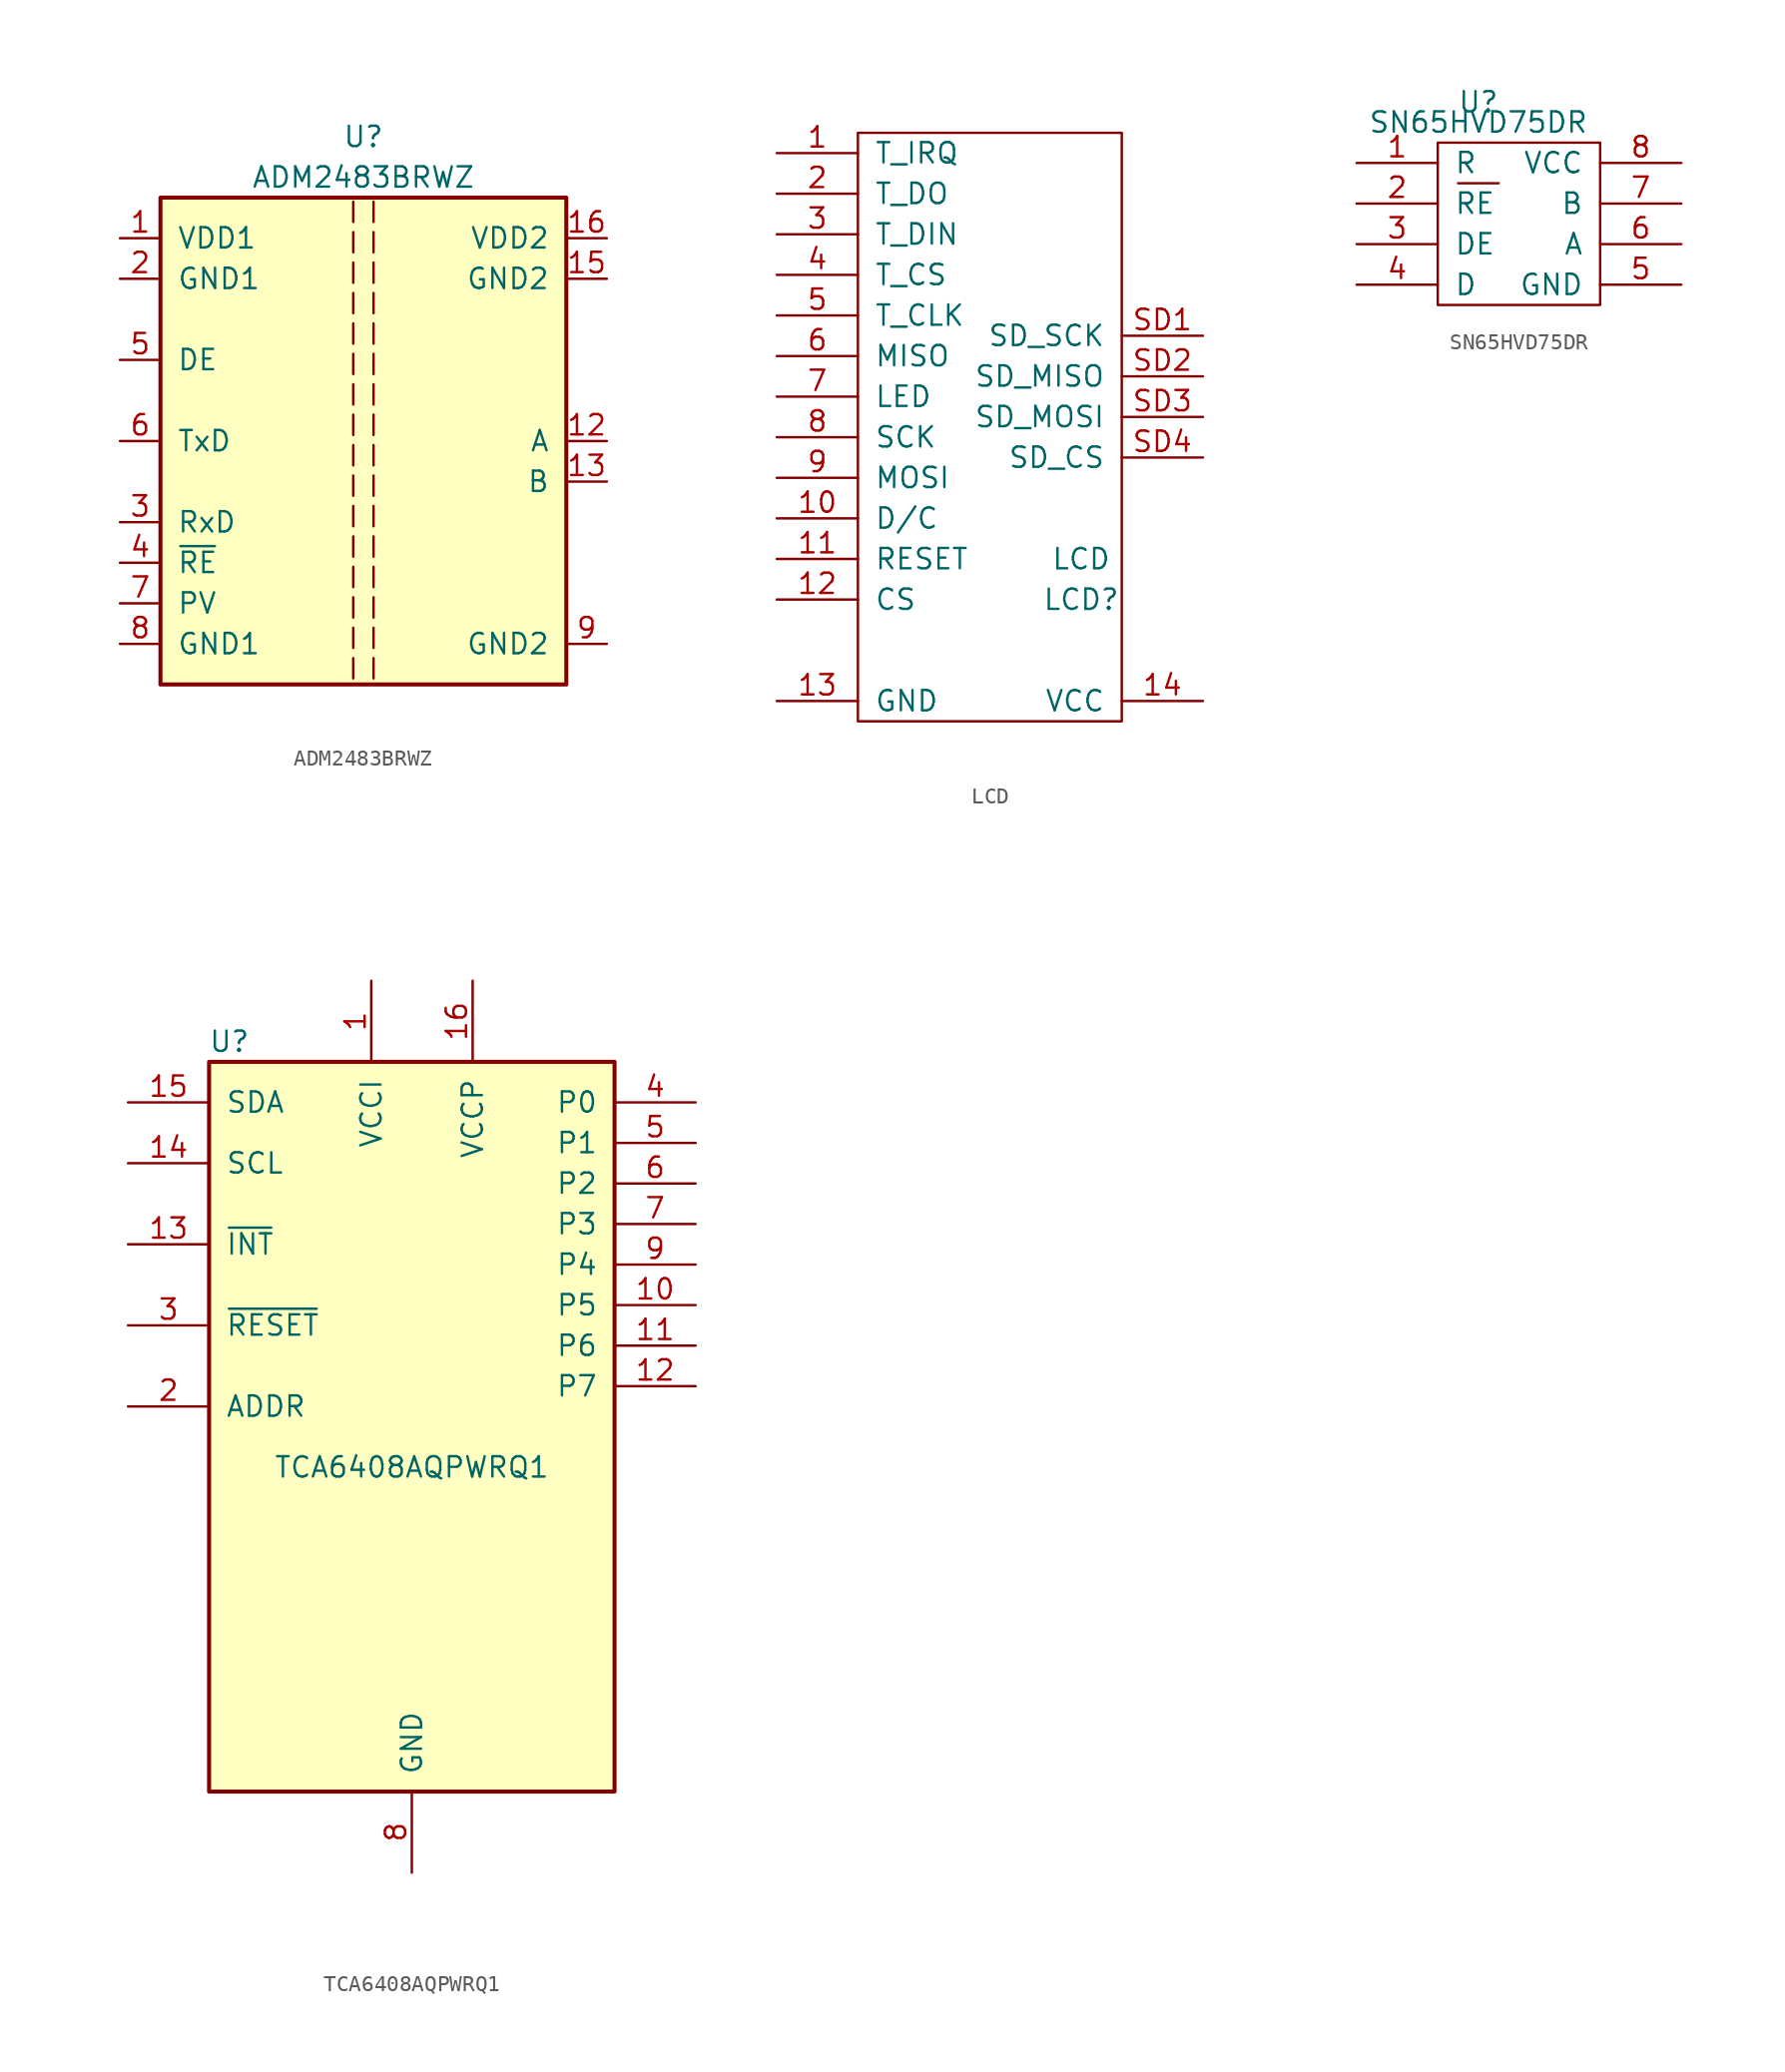
<source format=kicad_sym>
(kicad_symbol_lib
  (version 20211014)
  (generator kicad_symbol_editor)
  (symbol "ADM2483BRWZ"
    (pin_names
      (offset 1.016))
    (property "Reference" "U"
      (at 0 19.05 0)
      (effects (font (size 1.27 1.27))))
    (property "Value" "ADM2483BRWZ"
      (at 0 16.51 0)
      (effects (font (size 1.27 1.27))))
    (symbol "ADM2483BRWZ_0_0"
      (polyline (pts (xy -0.635 -13.589) (xy -0.635 -14.859)) (stroke (width 0) (type default) (color 0 0 0 0)) (fill (type none)))
      (polyline (pts (xy -0.635 -11.684) (xy -0.635 -12.954)) (stroke (width 0) (type default) (color 0 0 0 0)) (fill (type none)))
      (polyline (pts (xy -0.635 -9.779) (xy -0.635 -11.049)) (stroke (width 0) (type default) (color 0 0 0 0)) (fill (type none)))
      (polyline (pts (xy -0.635 -7.874) (xy -0.635 -9.144)) (stroke (width 0) (type default) (color 0 0 0 0)) (fill (type none)))
      (polyline (pts (xy -0.635 -5.969) (xy -0.635 -7.239)) (stroke (width 0) (type default) (color 0 0 0 0)) (fill (type none)))
      (polyline (pts (xy -0.635 -4.064) (xy -0.635 -5.334)) (stroke (width 0) (type default) (color 0 0 0 0)) (fill (type none)))
      (polyline (pts (xy -0.635 -2.159) (xy -0.635 -3.429)) (stroke (width 0) (type default) (color 0 0 0 0)) (fill (type none)))
      (polyline (pts (xy -0.635 -0.254) (xy -0.635 -1.524)) (stroke (width 0) (type default) (color 0 0 0 0)) (fill (type none)))
      (polyline (pts (xy -0.635 1.651) (xy -0.635 0.381)) (stroke (width 0) (type default) (color 0 0 0 0)) (fill (type none)))
      (polyline (pts (xy -0.635 3.556) (xy -0.635 2.286)) (stroke (width 0) (type default) (color 0 0 0 0)) (fill (type none)))
      (polyline (pts (xy -0.635 5.461) (xy -0.635 4.191)) (stroke (width 0) (type default) (color 0 0 0 0)) (fill (type none)))
      (polyline (pts (xy -0.635 7.366) (xy -0.635 6.096)) (stroke (width 0) (type default) (color 0 0 0 0)) (fill (type none)))
      (polyline (pts (xy -0.635 9.271) (xy -0.635 8.001)) (stroke (width 0) (type default) (color 0 0 0 0)) (fill (type none)))
      (polyline (pts (xy -0.635 11.176) (xy -0.635 9.906)) (stroke (width 0) (type default) (color 0 0 0 0)) (fill (type none)))
      (polyline (pts (xy -0.635 13.081) (xy -0.635 11.811)) (stroke (width 0) (type default) (color 0 0 0 0)) (fill (type none)))
      (polyline (pts (xy -0.635 14.986) (xy -0.635 13.716)) (stroke (width 0) (type default) (color 0 0 0 0)) (fill (type none)))
      (polyline (pts (xy 0.635 -13.589) (xy 0.635 -14.859)) (stroke (width 0) (type default) (color 0 0 0 0)) (fill (type none)))
      (polyline (pts (xy 0.635 -11.684) (xy 0.635 -12.954)) (stroke (width 0) (type default) (color 0 0 0 0)) (fill (type none)))
      (polyline (pts (xy 0.635 -9.779) (xy 0.635 -11.049)) (stroke (width 0) (type default) (color 0 0 0 0)) (fill (type none)))
      (polyline (pts (xy 0.635 -7.874) (xy 0.635 -9.144)) (stroke (width 0) (type default) (color 0 0 0 0)) (fill (type none)))
      (polyline (pts (xy 0.635 -5.969) (xy 0.635 -7.239)) (stroke (width 0) (type default) (color 0 0 0 0)) (fill (type none)))
      (polyline (pts (xy 0.635 -4.064) (xy 0.635 -5.334)) (stroke (width 0) (type default) (color 0 0 0 0)) (fill (type none)))
      (polyline (pts (xy 0.635 -2.159) (xy 0.635 -3.429)) (stroke (width 0) (type default) (color 0 0 0 0)) (fill (type none)))
      (polyline (pts (xy 0.635 -0.254) (xy 0.635 -1.524)) (stroke (width 0) (type default) (color 0 0 0 0)) (fill (type none)))
      (polyline (pts (xy 0.635 1.651) (xy 0.635 0.381)) (stroke (width 0) (type default) (color 0 0 0 0)) (fill (type none)))
      (polyline (pts (xy 0.635 3.556) (xy 0.635 2.286)) (stroke (width 0) (type default) (color 0 0 0 0)) (fill (type none)))
      (polyline (pts (xy 0.635 5.461) (xy 0.635 4.191)) (stroke (width 0) (type default) (color 0 0 0 0)) (fill (type none)))
      (polyline (pts (xy 0.635 7.366) (xy 0.635 6.096)) (stroke (width 0) (type default) (color 0 0 0 0)) (fill (type none)))
      (polyline (pts (xy 0.635 9.271) (xy 0.635 8.001)) (stroke (width 0) (type default) (color 0 0 0 0)) (fill (type none)))
      (polyline (pts (xy 0.635 11.176) (xy 0.635 9.906)) (stroke (width 0) (type default) (color 0 0 0 0)) (fill (type none)))
      (polyline (pts (xy 0.635 13.081) (xy 0.635 11.811)) (stroke (width 0) (type default) (color 0 0 0 0)) (fill (type none)))
      (polyline (pts (xy 0.635 14.986) (xy 0.635 13.716)) (stroke (width 0) (type default) (color 0 0 0 0)) (fill (type none))))
    (symbol "ADM2483BRWZ_0_1"
      (rectangle (start -12.7 15.24) (end 12.7 -15.24) (stroke (width 0.254) (type default) (color 0 0 0 0)) (fill (type background))))
    (symbol "ADM2483BRWZ_1_1"
      (pin power_in line (at -15.24 12.7 0) (length 2.54) (name "VDD1" (effects (font (size 1.27 1.27)))) (number "1" (effects (font (size 1.27 1.27)))))
      (pin no_connect line (at 15.24 6.35 180) (length 2.54) hide (name "NC" (effects (font (size 1.27 1.27)))) (number "10" (effects (font (size 1.27 1.27)))))
      (pin no_connect line (at 15.24 3.81 180) (length 2.54) hide (name "NC" (effects (font (size 1.27 1.27)))) (number "11" (effects (font (size 1.27 1.27)))))
      (pin bidirectional line (at 15.24 0 180) (length 2.54) (name "A" (effects (font (size 1.27 1.27)))) (number "12" (effects (font (size 1.27 1.27)))))
      (pin bidirectional line (at 15.24 -2.54 180) (length 2.54) (name "B" (effects (font (size 1.27 1.27)))) (number "13" (effects (font (size 1.27 1.27)))))
      (pin no_connect line (at 15.24 -8.89 180) (length 2.54) hide (name "NC" (effects (font (size 1.27 1.27)))) (number "14" (effects (font (size 1.27 1.27)))))
      (pin power_in line (at 15.24 10.16 180) (length 2.54) (name "GND2" (effects (font (size 1.27 1.27)))) (number "15" (effects (font (size 1.27 1.27)))))
      (pin power_in line (at 15.24 12.7 180) (length 2.54) (name "VDD2" (effects (font (size 1.27 1.27)))) (number "16" (effects (font (size 1.27 1.27)))))
      (pin power_in line (at -15.24 10.16 0) (length 2.54) (name "GND1" (effects (font (size 1.27 1.27)))) (number "2" (effects (font (size 1.27 1.27)))))
      (pin output line (at -15.24 -5.08 0) (length 2.54) (name "RxD" (effects (font (size 1.27 1.27)))) (number "3" (effects (font (size 1.27 1.27)))))
      (pin input line (at -15.24 -7.62 0) (length 2.54) (name "~{RE}" (effects (font (size 1.27 1.27)))) (number "4" (effects (font (size 1.27 1.27)))))
      (pin input line (at -15.24 5.08 0) (length 2.54) (name "DE" (effects (font (size 1.27 1.27)))) (number "5" (effects (font (size 1.27 1.27)))))
      (pin input line (at -15.24 0 0) (length 2.54) (name "TxD" (effects (font (size 1.27 1.27)))) (number "6" (effects (font (size 1.27 1.27)))))
      (pin input line (at -15.24 -10.16 0) (length 2.54) (name "PV" (effects (font (size 1.27 1.27)))) (number "7" (effects (font (size 1.27 1.27)))))
      (pin power_in line (at -15.24 -12.7 0) (length 2.54) (name "GND1" (effects (font (size 1.27 1.27)))) (number "8" (effects (font (size 1.27 1.27)))))
      (pin power_in line (at 15.24 -12.7 180) (length 2.54) (name "GND2" (effects (font (size 1.27 1.27)))) (number "9" (effects (font (size 1.27 1.27)))))))
  (symbol "LCD"
    (pin_names
      (offset 1.016))
    (property "Reference" "LCD"
      (at 19.05 -30.48 0)
      (effects (font (size 1.27 1.27))))
    (property "Value" "LCD"
      (at 19.05 -27.94 0)
      (effects (font (size 1.27 1.27))))
    (symbol "LCD_0_1"
      (rectangle (start 5.08 -1.27) (end 21.59 -38.1) (stroke (width 0) (type default) (color 0 0 0 0)) (fill (type none))))
    (symbol "LCD_1_1"
      (pin output line (at 0 -2.54 0) (length 5.08) (name "T_IRQ" (effects (font (size 1.27 1.27)))) (number "1" (effects (font (size 1.27 1.27)))))
      (pin input line (at 0 -25.4 0) (length 5.08) (name "D/C" (effects (font (size 1.27 1.27)))) (number "10" (effects (font (size 1.27 1.27)))))
      (pin input line (at 0 -27.94 0) (length 5.08) (name "RESET" (effects (font (size 1.27 1.27)))) (number "11" (effects (font (size 1.27 1.27)))))
      (pin input line (at 0 -30.48 0) (length 5.08) (name "CS" (effects (font (size 1.27 1.27)))) (number "12" (effects (font (size 1.27 1.27)))))
      (pin power_in line (at 0 -36.83 0) (length 5.08) (name "GND" (effects (font (size 1.27 1.27)))) (number "13" (effects (font (size 1.27 1.27)))))
      (pin power_in line (at 26.67 -36.83 180) (length 5.08) (name "VCC" (effects (font (size 1.27 1.27)))) (number "14" (effects (font (size 1.27 1.27)))))
      (pin output line (at 0 -5.08 0) (length 5.08) (name "T_DO" (effects (font (size 1.27 1.27)))) (number "2" (effects (font (size 1.27 1.27)))))
      (pin input line (at 0 -7.62 0) (length 5.08) (name "T_DIN" (effects (font (size 1.27 1.27)))) (number "3" (effects (font (size 1.27 1.27)))))
      (pin input line (at 0 -10.16 0) (length 5.08) (name "T_CS" (effects (font (size 1.27 1.27)))) (number "4" (effects (font (size 1.27 1.27)))))
      (pin input line (at 0 -12.7 0) (length 5.08) (name "T_CLK" (effects (font (size 1.27 1.27)))) (number "5" (effects (font (size 1.27 1.27)))))
      (pin output line (at 0 -15.24 0) (length 5.08) (name "MISO" (effects (font (size 1.27 1.27)))) (number "6" (effects (font (size 1.27 1.27)))))
      (pin input line (at 0 -17.78 0) (length 5.08) (name "LED" (effects (font (size 1.27 1.27)))) (number "7" (effects (font (size 1.27 1.27)))))
      (pin input line (at 0 -20.32 0) (length 5.08) (name "SCK" (effects (font (size 1.27 1.27)))) (number "8" (effects (font (size 1.27 1.27)))))
      (pin input line (at 0 -22.86 0) (length 5.08) (name "MOSI" (effects (font (size 1.27 1.27)))) (number "9" (effects (font (size 1.27 1.27)))))
      (pin input line (at 26.67 -13.97 180) (length 5.08) (name "SD_SCK" (effects (font (size 1.27 1.27)))) (number "SD1" (effects (font (size 1.27 1.27)))))
      (pin output line (at 26.67 -16.51 180) (length 5.08) (name "SD_MISO" (effects (font (size 1.27 1.27)))) (number "SD2" (effects (font (size 1.27 1.27)))))
      (pin input line (at 26.67 -19.05 180) (length 5.08) (name "SD_MOSI" (effects (font (size 1.27 1.27)))) (number "SD3" (effects (font (size 1.27 1.27)))))
      (pin input line (at 26.67 -21.59 180) (length 5.08) (name "SD_CS" (effects (font (size 1.27 1.27)))) (number "SD4" (effects (font (size 1.27 1.27)))))))
  (symbol "SN65HVD75DR"
    (pin_names
      (offset 1.016))
    (property "Reference" "U"
      (at 0 0 0)
      (effects (font (size 1.27 1.27))))
    (property "Value" "SN65HVD75DR"
      (at 0 -1.27 0)
      (effects (font (size 1.27 1.27))))
    (symbol "SN65HVD75DR_0_1"
      (rectangle (start -2.54 -2.54) (end 7.62 -12.7) (stroke (width 0) (type default) (color 0 0 0 0)) (fill (type none)))
      (polyline (pts (xy -1.27 -5.08) (xy 1.27 -5.08)) (stroke (width 0) (type default) (color 0 0 0 0)) (fill (type none))))
    (symbol "SN65HVD75DR_1_1"
      (pin output line (at -7.62 -3.81 0) (length 5.08) (name "R" (effects (font (size 1.27 1.27)))) (number "1" (effects (font (size 1.27 1.27)))))
      (pin input line (at -7.62 -6.35 0) (length 5.08) (name "RE" (effects (font (size 1.27 1.27)))) (number "2" (effects (font (size 1.27 1.27)))))
      (pin input line (at -7.62 -8.89 0) (length 5.08) (name "DE" (effects (font (size 1.27 1.27)))) (number "3" (effects (font (size 1.27 1.27)))))
      (pin input line (at -7.62 -11.43 0) (length 5.08) (name "D" (effects (font (size 1.27 1.27)))) (number "4" (effects (font (size 1.27 1.27)))))
      (pin power_in line (at 12.7 -11.43 180) (length 5.08) (name "GND" (effects (font (size 1.27 1.27)))) (number "5" (effects (font (size 1.27 1.27)))))
      (pin passive line (at 12.7 -8.89 180) (length 5.08) (name "A" (effects (font (size 1.27 1.27)))) (number "6" (effects (font (size 1.27 1.27)))))
      (pin passive line (at 12.7 -6.35 180) (length 5.08) (name "B" (effects (font (size 1.27 1.27)))) (number "7" (effects (font (size 1.27 1.27)))))
      (pin power_in line (at 12.7 -3.81 180) (length 5.08) (name "VCC" (effects (font (size 1.27 1.27)))) (number "8" (effects (font (size 1.27 1.27)))))))
  (symbol "TCA6408AQPWRQ1"
    (pin_names
      (offset 1.016))
    (property "Reference" "U"
      (at -11.43 24.13 0)
      (effects (font (size 1.27 1.27))))
    (property "Value" "TCA6408AQPWRQ1"
      (at 0 -2.54 0)
      (effects (font (size 1.27 1.27))))
    (symbol "TCA6408AQPWRQ1_0_1"
      (rectangle (start -12.7 22.86) (end 12.7 -22.86) (stroke (width 0.254) (type default) (color 0 0 0 0)) (fill (type background))))
    (symbol "TCA6408AQPWRQ1_1_1"
      (pin power_in line (at -2.54 27.94 270) (length 5.08) (name "VCCI" (effects (font (size 1.27 1.27)))) (number "1" (effects (font (size 1.27 1.27)))))
      (pin bidirectional line (at 17.78 7.62 180) (length 5.08) (name "P5" (effects (font (size 1.27 1.27)))) (number "10" (effects (font (size 1.27 1.27)))))
      (pin bidirectional line (at 17.78 5.08 180) (length 5.08) (name "P6" (effects (font (size 1.27 1.27)))) (number "11" (effects (font (size 1.27 1.27)))))
      (pin bidirectional line (at 17.78 2.54 180) (length 5.08) (name "P7" (effects (font (size 1.27 1.27)))) (number "12" (effects (font (size 1.27 1.27)))))
      (pin tri_state line (at -17.78 11.43 0) (length 5.08) (name "~{INT}" (effects (font (size 1.27 1.27)))) (number "13" (effects (font (size 1.27 1.27)))))
      (pin input line (at -17.78 16.51 0) (length 5.08) (name "SCL" (effects (font (size 1.27 1.27)))) (number "14" (effects (font (size 1.27 1.27)))))
      (pin bidirectional line (at -17.78 20.32 0) (length 5.08) (name "SDA" (effects (font (size 1.27 1.27)))) (number "15" (effects (font (size 1.27 1.27)))))
      (pin power_in line (at 3.81 27.94 270) (length 5.08) (name "VCCP" (effects (font (size 1.27 1.27)))) (number "16" (effects (font (size 1.27 1.27)))))
      (pin input line (at -17.78 1.27 0) (length 5.08) (name "ADDR" (effects (font (size 1.27 1.27)))) (number "2" (effects (font (size 1.27 1.27)))))
      (pin input line (at -17.78 6.35 0) (length 5.08) (name "~{RESET}" (effects (font (size 1.27 1.27)))) (number "3" (effects (font (size 1.27 1.27)))))
      (pin bidirectional line (at 17.78 20.32 180) (length 5.08) (name "P0" (effects (font (size 1.27 1.27)))) (number "4" (effects (font (size 1.27 1.27)))))
      (pin bidirectional line (at 17.78 17.78 180) (length 5.08) (name "P1" (effects (font (size 1.27 1.27)))) (number "5" (effects (font (size 1.27 1.27)))))
      (pin bidirectional line (at 17.78 15.24 180) (length 5.08) (name "P2" (effects (font (size 1.27 1.27)))) (number "6" (effects (font (size 1.27 1.27)))))
      (pin bidirectional line (at 17.78 12.7 180) (length 5.08) (name "P3" (effects (font (size 1.27 1.27)))) (number "7" (effects (font (size 1.27 1.27)))))
      (pin power_in line (at 0 -27.94 90) (length 5.08) (name "GND" (effects (font (size 1.27 1.27)))) (number "8" (effects (font (size 1.27 1.27)))))
      (pin bidirectional line (at 17.78 10.16 180) (length 5.08) (name "P4" (effects (font (size 1.27 1.27)))) (number "9" (effects (font (size 1.27 1.27))))))))
</source>
